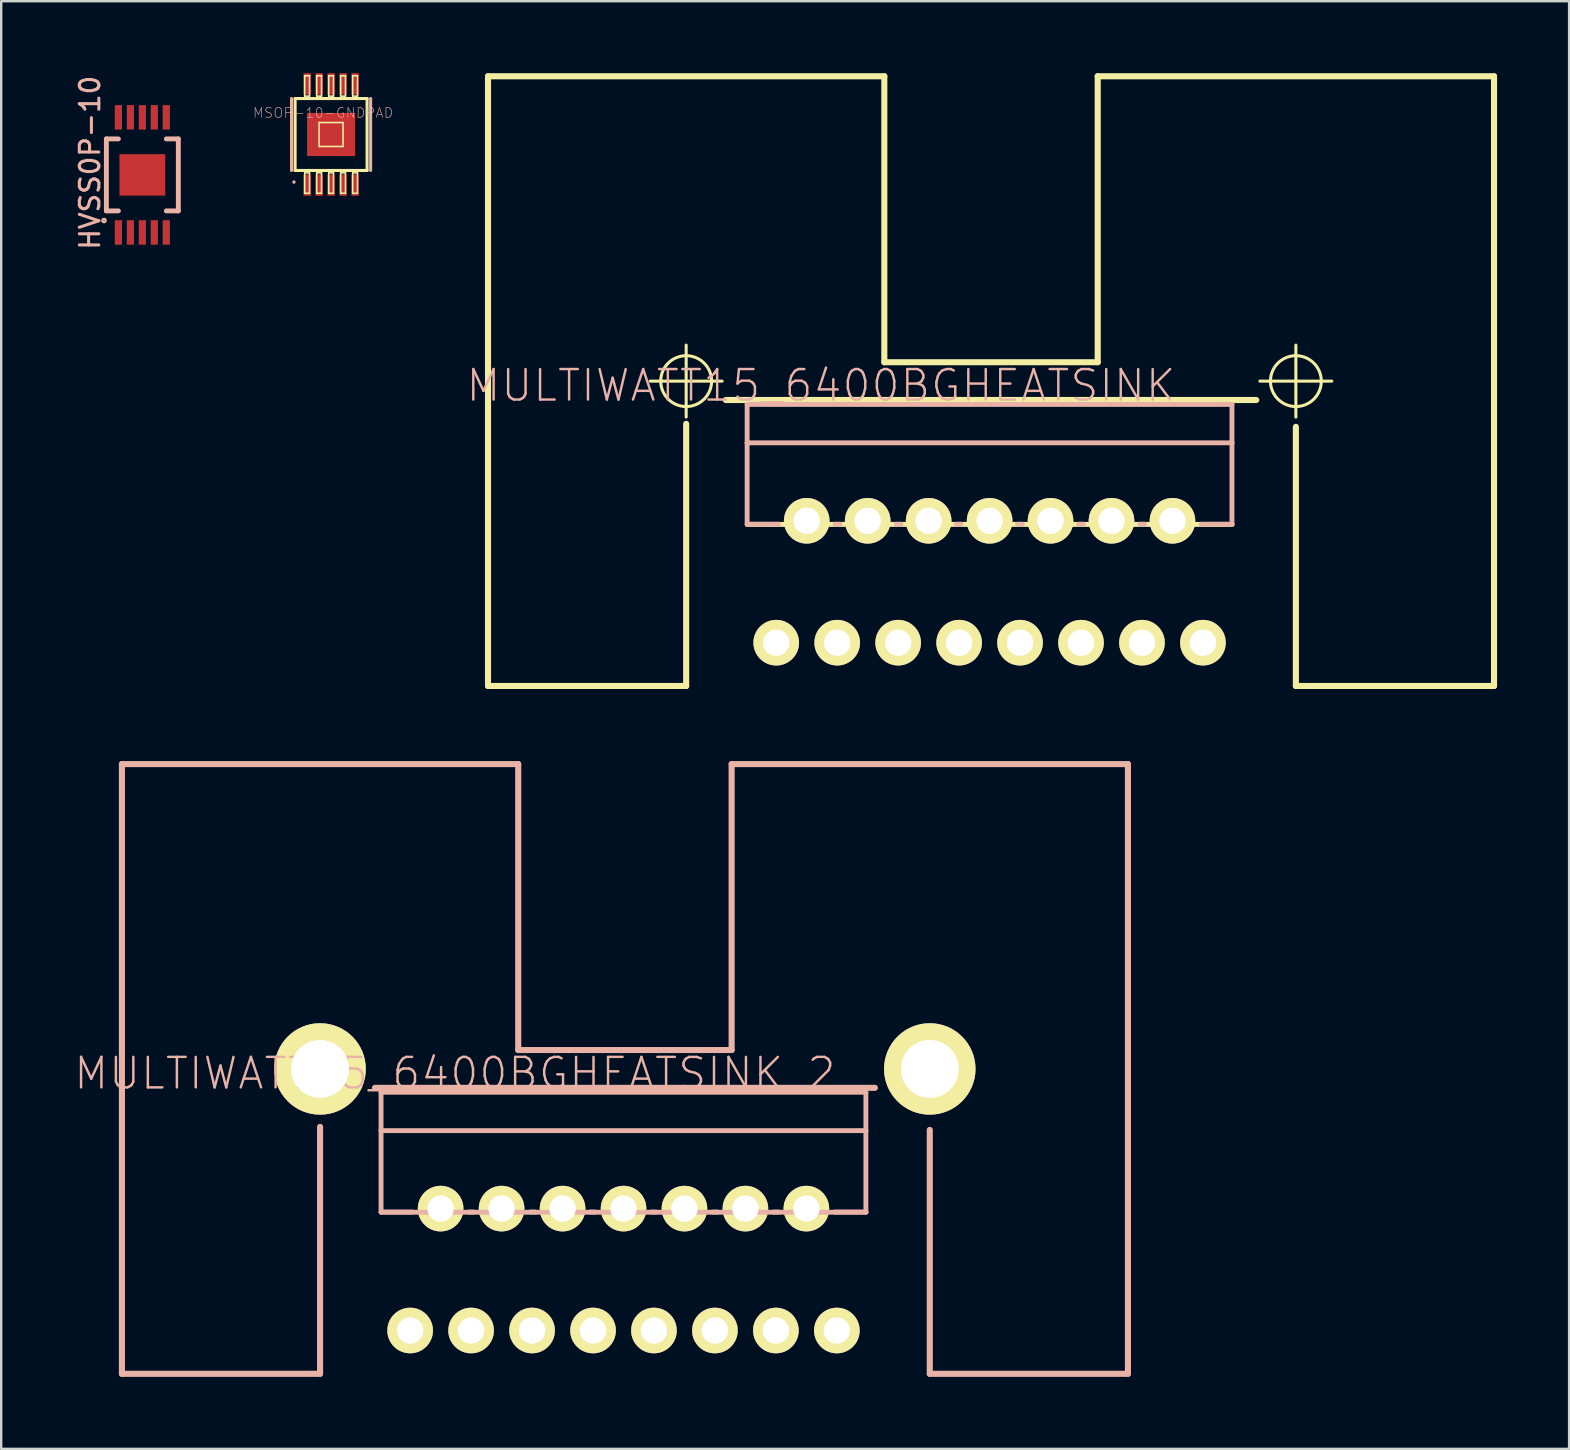
<source format=kicad_pcb>
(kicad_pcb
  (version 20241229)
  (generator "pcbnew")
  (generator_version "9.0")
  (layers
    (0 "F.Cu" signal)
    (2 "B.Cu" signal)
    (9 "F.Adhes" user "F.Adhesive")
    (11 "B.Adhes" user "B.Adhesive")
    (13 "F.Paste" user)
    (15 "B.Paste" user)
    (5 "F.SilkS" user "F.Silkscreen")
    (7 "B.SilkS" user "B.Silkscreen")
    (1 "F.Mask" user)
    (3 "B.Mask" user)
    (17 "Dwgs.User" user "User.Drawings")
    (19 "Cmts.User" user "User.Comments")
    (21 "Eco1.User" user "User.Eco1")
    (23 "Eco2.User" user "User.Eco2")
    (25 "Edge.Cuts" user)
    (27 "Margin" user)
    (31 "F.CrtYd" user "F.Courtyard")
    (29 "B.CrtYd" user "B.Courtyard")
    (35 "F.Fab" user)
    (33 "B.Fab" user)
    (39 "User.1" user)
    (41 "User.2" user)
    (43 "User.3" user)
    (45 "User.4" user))
  (footprint "MULTIWATT15_6400BGHEATSINK_2"
    (layer "F.Cu")
    (at 22.984 49.99)
    (property "Reference" "MULTIWATT15_6400BGHEATSINK_2" (at -7.084 -8.324 0) (layer "B.SilkS") (effects (font (size 1.27 1.27) (thickness 0.102))))
    (attr exclude_from_pos_files exclude_from_bom)
    (fp_line (start -20.955 -21.209) (end -4.445 -21.209) (stroke (width 0.254) (type solid)) (layer "B.SilkS"))
    (fp_line (start -20.955 4.191) (end -20.955 -21.209) (stroke (width 0.254) (type solid)) (layer "B.SilkS"))
    (fp_line (start -12.7 -6.096) (end -12.7 4.191) (stroke (width 0.254) (type solid)) (layer "B.SilkS"))
    (fp_line (start -12.7 4.191) (end -20.955 4.191) (stroke (width 0.254) (type solid)) (layer "B.SilkS"))
    (fp_line (start -10.414 -7.722) (end 10.414 -7.722) (stroke (width 0.254) (type solid)) (layer "B.SilkS"))
    (fp_line (start -10.16 -7.539) (end 10.038 -7.539) (stroke (width 0.203) (type solid)) (layer "B.SilkS"))
    (fp_line (start -10.16 -5.939) (end -10.16 -7.539) (stroke (width 0.203) (type solid)) (layer "B.SilkS"))
    (fp_line (start -10.16 -5.939) (end 10.038 -5.939) (stroke (width 0.203) (type solid)) (layer "B.SilkS"))
    (fp_line (start -10.16 -2.54) (end -10.16 -5.939) (stroke (width 0.203) (type solid)) (layer "B.SilkS"))
    (fp_line (start -10.15 -2.548) (end -8.849 -2.548) (stroke (width 0.203) (type solid)) (layer "B.SilkS"))
    (fp_line (start -6.5 -2.548) (end -6.299 -2.548) (stroke (width 0.203) (type solid)) (layer "B.SilkS"))
    (fp_line (start -4.445 -21.209) (end -4.445 -9.296) (stroke (width 0.254) (type solid)) (layer "B.SilkS"))
    (fp_line (start -4.445 -9.296) (end 4.445 -9.296) (stroke (width 0.254) (type solid)) (layer "B.SilkS"))
    (fp_line (start -3.95 -2.548) (end -3.749 -2.548) (stroke (width 0.203) (type solid)) (layer "B.SilkS"))
    (fp_line (start -1.448 -2.548) (end -1.25 -2.548) (stroke (width 0.203) (type solid)) (layer "B.SilkS"))
    (fp_line (start 1.1 -2.548) (end 1.298 -2.548) (stroke (width 0.203) (type solid)) (layer "B.SilkS"))
    (fp_line (start 3.65 -2.548) (end 3.848 -2.548) (stroke (width 0.203) (type solid)) (layer "B.SilkS"))
    (fp_line (start 4.445 -21.209) (end 20.955 -21.209) (stroke (width 0.254) (type solid)) (layer "B.SilkS"))
    (fp_line (start 4.445 -9.296) (end 4.445 -21.209) (stroke (width 0.254) (type solid)) (layer "B.SilkS"))
    (fp_line (start 6.198 -2.548) (end 6.398 -2.548) (stroke (width 0.203) (type solid)) (layer "B.SilkS"))
    (fp_line (start 10.038 -7.539) (end 10.038 -5.939) (stroke (width 0.203) (type solid)) (layer "B.SilkS"))
    (fp_line (start 10.038 -5.939) (end 10.038 -2.54) (stroke (width 0.203) (type solid)) (layer "B.SilkS"))
    (fp_line (start 10.038 -2.54) (end -10.16 -2.54) (stroke (width 0.203) (type solid)) (layer "B.SilkS"))
    (fp_line (start 10.048 -2.548) (end 8.748 -2.548) (stroke (width 0.203) (type solid)) (layer "B.SilkS"))
    (fp_line (start 12.7 -5.969) (end 12.7 4.191) (stroke (width 0.254) (type solid)) (layer "B.SilkS"))
    (fp_line (start 12.7 4.191) (end 20.955 4.191) (stroke (width 0.254) (type solid)) (layer "B.SilkS"))
    (fp_line (start 20.955 4.191) (end 20.955 -21.209) (stroke (width 0.254) (type solid)) (layer "B.SilkS"))
    (pad "1" thru_hole circle (at -8.948 2.388) (size 1.9 1.9) (drill 1.1) (layers "*.Cu" "F.Mask" "F.SilkS" "F.Paste"))
    (pad "2" thru_hole circle (at -7.678 -2.69) (size 1.9 1.9) (drill 1.1) (layers "*.Cu" "F.Mask" "F.SilkS" "F.Paste"))
    (pad "3" thru_hole circle (at -6.408 2.388) (size 1.9 1.9) (drill 1.1) (layers "*.Cu" "F.Mask" "F.SilkS" "F.Paste"))
    (pad "4" thru_hole circle (at -5.138 -2.69) (size 1.9 1.9) (drill 1.1) (layers "*.Cu" "F.Mask" "F.SilkS" "F.Paste"))
    (pad "5" thru_hole circle (at -3.868 2.388) (size 1.9 1.9) (drill 1.1) (layers "*.Cu" "F.Mask" "F.SilkS" "F.Paste"))
    (pad "6" thru_hole circle (at -2.598 -2.69) (size 1.9 1.9) (drill 1.1) (layers "*.Cu" "F.Mask" "F.SilkS" "F.Paste"))
    (pad "7" thru_hole circle (at -1.328 2.388) (size 1.9 1.9) (drill 1.1) (layers "*.Cu" "F.Mask" "F.SilkS" "F.Paste"))
    (pad "8" thru_hole circle (at -0.058 -2.69) (size 1.9 1.9) (drill 1.1) (layers "*.Cu" "F.Mask" "F.SilkS" "F.Paste"))
    (pad "9" thru_hole circle (at 1.209 2.388) (size 1.9 1.9) (drill 1.1) (layers "*.Cu" "F.Mask" "F.SilkS" "F.Paste"))
    (pad "10" thru_hole circle (at 2.479 -2.69) (size 1.9 1.9) (drill 1.1) (layers "*.Cu" "F.Mask" "F.SilkS" "F.Paste"))
    (pad "11" thru_hole circle (at 3.749 2.388) (size 1.9 1.9) (drill 1.1) (layers "*.Cu" "F.Mask" "F.SilkS" "F.Paste"))
    (pad "12" thru_hole circle (at 5.019 -2.69) (size 1.9 1.9) (drill 1.1) (layers "*.Cu" "F.Mask" "F.SilkS" "F.Paste"))
    (pad "13" thru_hole circle (at 6.289 2.388) (size 1.9 1.9) (drill 1.1) (layers "*.Cu" "F.Mask" "F.SilkS" "F.Paste"))
    (pad "14" thru_hole circle (at 7.559 -2.69) (size 1.9 1.9) (drill 1.1) (layers "*.Cu" "F.Mask" "F.SilkS" "F.Paste"))
    (pad "15" thru_hole circle (at 8.829 2.388) (size 1.9 1.9) (drill 1.1) (layers "*.Cu" "F.Mask" "F.SilkS" "F.Paste"))
    (pad "P$1" thru_hole circle (at -12.7 -8.509) (size 3.81 3.81) (drill 2.413) (layers "*.Cu" "F.Mask" "F.SilkS" "F.Paste"))
    (pad "P$2" thru_hole circle (at 12.7 -8.509) (size 3.81 3.81) (drill 2.413) (layers "*.Cu" "F.Mask" "F.SilkS" "F.Paste")))
  (footprint "MULTIWATT15_6400BGHEATSINK"
    (layer "F.Cu")
    (at 38.235 21.336)
    (property "Reference" "MULTIWATT15_6400BGHEATSINK" (at -7.084 -8.324 0) (layer "B.SilkS") (effects (font (size 1.27 1.27) (thickness 0.102))))
    (attr exclude_from_pos_files exclude_from_bom)
    (fp_line (start -20.955 -21.209) (end -4.445 -21.209) (stroke (width 0.254) (type solid)) (layer "F.SilkS"))
    (fp_line (start -20.955 4.191) (end -20.955 -21.209) (stroke (width 0.254) (type solid)) (layer "F.SilkS"))
    (fp_line (start -14.199 -8.509) (end -11.201 -8.509) (stroke (width 0.127) (type solid)) (layer "F.SilkS"))
    (fp_line (start -12.7 -7.01) (end -12.7 -10.008) (stroke (width 0.127) (type solid)) (layer "F.SilkS"))
    (fp_line (start -12.7 -6.731) (end -12.7 4.191) (stroke (width 0.254) (type solid)) (layer "F.SilkS"))
    (fp_line (start -12.7 4.191) (end -20.955 4.191) (stroke (width 0.254) (type solid)) (layer "F.SilkS"))
    (fp_line (start -11.049 -7.722) (end 11.049 -7.722) (stroke (width 0.254) (type solid)) (layer "F.SilkS"))
    (fp_line (start -4.445 -21.209) (end -4.445 -9.296) (stroke (width 0.254) (type solid)) (layer "F.SilkS"))
    (fp_line (start -4.445 -9.296) (end 4.445 -9.296) (stroke (width 0.254) (type solid)) (layer "F.SilkS"))
    (fp_line (start 4.445 -21.209) (end 20.955 -21.209) (stroke (width 0.254) (type solid)) (layer "F.SilkS"))
    (fp_line (start 4.445 -9.296) (end 4.445 -21.209) (stroke (width 0.254) (type solid)) (layer "F.SilkS"))
    (fp_line (start 10.038 -2.54) (end -10.16 -2.54) (stroke (width 0.203) (type solid)) (layer "F.SilkS"))
    (fp_line (start 11.201 -8.509) (end 14.199 -8.509) (stroke (width 0.127) (type solid)) (layer "F.SilkS"))
    (fp_line (start 12.7 -7.01) (end 12.7 -10.008) (stroke (width 0.127) (type solid)) (layer "F.SilkS"))
    (fp_line (start 12.7 -6.604) (end 12.7 4.191) (stroke (width 0.254) (type solid)) (layer "F.SilkS"))
    (fp_line (start 12.7 4.191) (end 20.955 4.191) (stroke (width 0.254) (type solid)) (layer "F.SilkS"))
    (fp_line (start 20.955 4.191) (end 20.955 -21.209) (stroke (width 0.254) (type solid)) (layer "F.SilkS"))
    (fp_circle (center -12.7 -8.509) (end -13.449 -9.258) (stroke (width 0.127) (type solid)) (fill no) (layer "F.SilkS"))
    (fp_circle (center 12.7 -8.509) (end 13.449 -9.258) (stroke (width 0.127) (type solid)) (fill no) (layer "F.SilkS"))
    (fp_line (start -10.16 -7.539) (end 10.038 -7.539) (stroke (width 0.203) (type solid)) (layer "B.SilkS"))
    (fp_line (start -10.16 -5.939) (end -10.16 -7.539) (stroke (width 0.203) (type solid)) (layer "B.SilkS"))
    (fp_line (start -10.16 -5.939) (end 10.038 -5.939) (stroke (width 0.203) (type solid)) (layer "B.SilkS"))
    (fp_line (start -10.16 -2.54) (end -10.16 -5.939) (stroke (width 0.203) (type solid)) (layer "B.SilkS"))
    (fp_line (start -10.15 -2.548) (end -8.849 -2.548) (stroke (width 0.203) (type solid)) (layer "B.SilkS"))
    (fp_line (start -6.5 -2.548) (end -6.299 -2.548) (stroke (width 0.203) (type solid)) (layer "B.SilkS"))
    (fp_line (start -3.95 -2.548) (end -3.749 -2.548) (stroke (width 0.203) (type solid)) (layer "B.SilkS"))
    (fp_line (start -1.448 -2.548) (end -1.25 -2.548) (stroke (width 0.203) (type solid)) (layer "B.SilkS"))
    (fp_line (start 1.1 -2.548) (end 1.298 -2.548) (stroke (width 0.203) (type solid)) (layer "B.SilkS"))
    (fp_line (start 3.65 -2.548) (end 3.848 -2.548) (stroke (width 0.203) (type solid)) (layer "B.SilkS"))
    (fp_line (start 6.198 -2.548) (end 6.398 -2.548) (stroke (width 0.203) (type solid)) (layer "B.SilkS"))
    (fp_line (start 10.038 -7.539) (end 10.038 -5.939) (stroke (width 0.203) (type solid)) (layer "B.SilkS"))
    (fp_line (start 10.038 -5.939) (end 10.038 -2.54) (stroke (width 0.203) (type solid)) (layer "B.SilkS"))
    (fp_line (start 10.048 -2.548) (end 8.748 -2.548) (stroke (width 0.203) (type solid)) (layer "B.SilkS"))
    (pad "1" thru_hole circle (at -8.948 2.388) (size 1.9 1.9) (drill 1.1) (layers "*.Cu" "F.Mask" "F.SilkS" "F.Paste"))
    (pad "2" thru_hole circle (at -7.678 -2.69) (size 1.9 1.9) (drill 1.1) (layers "*.Cu" "F.Mask" "F.SilkS" "F.Paste"))
    (pad "3" thru_hole circle (at -6.408 2.388) (size 1.9 1.9) (drill 1.1) (layers "*.Cu" "F.Mask" "F.SilkS" "F.Paste"))
    (pad "4" thru_hole circle (at -5.138 -2.69) (size 1.9 1.9) (drill 1.1) (layers "*.Cu" "F.Mask" "F.SilkS" "F.Paste"))
    (pad "5" thru_hole circle (at -3.868 2.388) (size 1.9 1.9) (drill 1.1) (layers "*.Cu" "F.Mask" "F.SilkS" "F.Paste"))
    (pad "6" thru_hole circle (at -2.598 -2.69) (size 1.9 1.9) (drill 1.1) (layers "*.Cu" "F.Mask" "F.SilkS" "F.Paste"))
    (pad "7" thru_hole circle (at -1.328 2.388) (size 1.9 1.9) (drill 1.1) (layers "*.Cu" "F.Mask" "F.SilkS" "F.Paste"))
    (pad "8" thru_hole circle (at -0.058 -2.69) (size 1.9 1.9) (drill 1.1) (layers "*.Cu" "F.Mask" "F.SilkS" "F.Paste"))
    (pad "9" thru_hole circle (at 1.209 2.388) (size 1.9 1.9) (drill 1.1) (layers "*.Cu" "F.Mask" "F.SilkS" "F.Paste"))
    (pad "10" thru_hole circle (at 2.479 -2.69) (size 1.9 1.9) (drill 1.1) (layers "*.Cu" "F.Mask" "F.SilkS" "F.Paste"))
    (pad "11" thru_hole circle (at 3.749 2.388) (size 1.9 1.9) (drill 1.1) (layers "*.Cu" "F.Mask" "F.SilkS" "F.Paste"))
    (pad "12" thru_hole circle (at 5.019 -2.69) (size 1.9 1.9) (drill 1.1) (layers "*.Cu" "F.Mask" "F.SilkS" "F.Paste"))
    (pad "13" thru_hole circle (at 6.289 2.388) (size 1.9 1.9) (drill 1.1) (layers "*.Cu" "F.Mask" "F.SilkS" "F.Paste"))
    (pad "14" thru_hole circle (at 7.559 -2.69) (size 1.9 1.9) (drill 1.1) (layers "*.Cu" "F.Mask" "F.SilkS" "F.Paste"))
    (pad "15" thru_hole circle (at 8.829 2.388) (size 1.9 1.9) (drill 1.1) (layers "*.Cu" "F.Mask" "F.SilkS" "F.Paste")))
  (footprint "MSOP-10-GNDPAD"
    (layer "F.Cu")
    (at 10.743 2.553)
    (property "Reference" "MSOP-10-GNDPAD" (at -0.333 -0.902 0) (layer "B.SilkS") (effects (font (size 0.406 0.406) (thickness 0.025))))
    (attr smd)
    (fp_line (start -1.499 -1.499) (end -1.499 1.499) (stroke (width 0.127) (type solid)) (layer "F.SilkS"))
    (fp_line (start -1.499 1.499) (end 1.499 1.499) (stroke (width 0.127) (type solid)) (layer "F.SilkS"))
    (fp_line (start -1.1 -2.449) (end -0.899 -2.449) (stroke (width 0.066) (type solid)) (layer "F.SilkS"))
    (fp_line (start -1.1 -1.598) (end -1.1 -2.449) (stroke (width 0.066) (type solid)) (layer "F.SilkS"))
    (fp_line (start -1.1 -1.598) (end -0.899 -1.598) (stroke (width 0.066) (type solid)) (layer "F.SilkS"))
    (fp_line (start -1.1 1.598) (end -0.899 1.598) (stroke (width 0.066) (type solid)) (layer "F.SilkS"))
    (fp_line (start -1.1 2.449) (end -1.1 1.598) (stroke (width 0.066) (type solid)) (layer "F.SilkS"))
    (fp_line (start -1.1 2.449) (end -0.899 2.449) (stroke (width 0.066) (type solid)) (layer "F.SilkS"))
    (fp_line (start -0.899 -1.598) (end -0.899 -2.449) (stroke (width 0.066) (type solid)) (layer "F.SilkS"))
    (fp_line (start -0.899 2.449) (end -0.899 1.598) (stroke (width 0.066) (type solid)) (layer "F.SilkS"))
    (fp_line (start -0.599 -2.449) (end -0.399 -2.449) (stroke (width 0.066) (type solid)) (layer "F.SilkS"))
    (fp_line (start -0.599 -1.598) (end -0.599 -2.449) (stroke (width 0.066) (type solid)) (layer "F.SilkS"))
    (fp_line (start -0.599 -1.598) (end -0.399 -1.598) (stroke (width 0.066) (type solid)) (layer "F.SilkS"))
    (fp_line (start -0.599 1.598) (end -0.399 1.598) (stroke (width 0.066) (type solid)) (layer "F.SilkS"))
    (fp_line (start -0.599 2.449) (end -0.599 1.598) (stroke (width 0.066) (type solid)) (layer "F.SilkS"))
    (fp_line (start -0.599 2.449) (end -0.399 2.449) (stroke (width 0.066) (type solid)) (layer "F.SilkS"))
    (fp_line (start -0.498 -0.498) (end 0.498 -0.498) (stroke (width 0.066) (type solid)) (layer "F.SilkS"))
    (fp_line (start -0.498 0.498) (end -0.498 -0.498) (stroke (width 0.066) (type solid)) (layer "F.SilkS"))
    (fp_line (start -0.498 0.498) (end 0.498 0.498) (stroke (width 0.066) (type solid)) (layer "F.SilkS"))
    (fp_line (start -0.399 -1.598) (end -0.399 -2.449) (stroke (width 0.066) (type solid)) (layer "F.SilkS"))
    (fp_line (start -0.399 2.449) (end -0.399 1.598) (stroke (width 0.066) (type solid)) (layer "F.SilkS"))
    (fp_line (start -0.099 -2.449) (end 0.099 -2.449) (stroke (width 0.066) (type solid)) (layer "F.SilkS"))
    (fp_line (start -0.099 -1.598) (end -0.099 -2.449) (stroke (width 0.066) (type solid)) (layer "F.SilkS"))
    (fp_line (start -0.099 -1.598) (end 0.099 -1.598) (stroke (width 0.066) (type solid)) (layer "F.SilkS"))
    (fp_line (start -0.099 1.598) (end 0.099 1.598) (stroke (width 0.066) (type solid)) (layer "F.SilkS"))
    (fp_line (start -0.099 2.449) (end -0.099 1.598) (stroke (width 0.066) (type solid)) (layer "F.SilkS"))
    (fp_line (start -0.099 2.449) (end 0.099 2.449) (stroke (width 0.066) (type solid)) (layer "F.SilkS"))
    (fp_line (start 0.099 -1.598) (end 0.099 -2.449) (stroke (width 0.066) (type solid)) (layer "F.SilkS"))
    (fp_line (start 0.099 2.449) (end 0.099 1.598) (stroke (width 0.066) (type solid)) (layer "F.SilkS"))
    (fp_line (start 0.399 -2.449) (end 0.599 -2.449) (stroke (width 0.066) (type solid)) (layer "F.SilkS"))
    (fp_line (start 0.399 -1.598) (end 0.399 -2.449) (stroke (width 0.066) (type solid)) (layer "F.SilkS"))
    (fp_line (start 0.399 -1.598) (end 0.599 -1.598) (stroke (width 0.066) (type solid)) (layer "F.SilkS"))
    (fp_line (start 0.399 1.598) (end 0.599 1.598) (stroke (width 0.066) (type solid)) (layer "F.SilkS"))
    (fp_line (start 0.399 2.449) (end 0.399 1.598) (stroke (width 0.066) (type solid)) (layer "F.SilkS"))
    (fp_line (start 0.399 2.449) (end 0.599 2.449) (stroke (width 0.066) (type solid)) (layer "F.SilkS"))
    (fp_line (start 0.498 0.498) (end 0.498 -0.498) (stroke (width 0.066) (type solid)) (layer "F.SilkS"))
    (fp_line (start 0.599 -1.598) (end 0.599 -2.449) (stroke (width 0.066) (type solid)) (layer "F.SilkS"))
    (fp_line (start 0.599 2.449) (end 0.599 1.598) (stroke (width 0.066) (type solid)) (layer "F.SilkS"))
    (fp_line (start 0.899 -2.449) (end 1.1 -2.449) (stroke (width 0.066) (type solid)) (layer "F.SilkS"))
    (fp_line (start 0.899 -1.598) (end 0.899 -2.449) (stroke (width 0.066) (type solid)) (layer "F.SilkS"))
    (fp_line (start 0.899 -1.598) (end 1.1 -1.598) (stroke (width 0.066) (type solid)) (layer "F.SilkS"))
    (fp_line (start 0.899 1.598) (end 1.1 1.598) (stroke (width 0.066) (type solid)) (layer "F.SilkS"))
    (fp_line (start 0.899 2.449) (end 0.899 1.598) (stroke (width 0.066) (type solid)) (layer "F.SilkS"))
    (fp_line (start 0.899 2.449) (end 1.1 2.449) (stroke (width 0.066) (type solid)) (layer "F.SilkS"))
    (fp_line (start 1.1 -1.598) (end 1.1 -2.449) (stroke (width 0.066) (type solid)) (layer "F.SilkS"))
    (fp_line (start 1.1 2.449) (end 1.1 1.598) (stroke (width 0.066) (type solid)) (layer "F.SilkS"))
    (fp_line (start 1.499 -1.499) (end -1.499 -1.499) (stroke (width 0.127) (type solid)) (layer "F.SilkS"))
    (fp_line (start 1.499 1.499) (end 1.499 -1.499) (stroke (width 0.127) (type solid)) (layer "F.SilkS"))
    (fp_line (start -1.648 -1.499) (end -1.648 1.499) (stroke (width 0.127) (type solid)) (layer "B.SilkS"))
    (fp_line (start 1.648 -1.499) (end 1.648 1.499) (stroke (width 0.127) (type solid)) (layer "B.SilkS"))
    (fp_circle (center -1.549 1.981) (end -1.577 2.009) (stroke (width 0.064) (type solid)) (fill no) (layer "B.SilkS"))
    (pad "1" smd rect (at -0.998 2.108) (size 0.305 0.889) (layers "F.Cu" "F.Mask" "F.Paste"))
    (pad "2" smd rect (at -0.498 2.108) (size 0.305 0.889) (layers "F.Cu" "F.Mask" "F.Paste"))
    (pad "3" smd rect (at 0 2.108) (size 0.305 0.889) (layers "F.Cu" "F.Mask" "F.Paste"))
    (pad "4" smd rect (at 0.498 2.108) (size 0.305 0.889) (layers "F.Cu" "F.Mask" "F.Paste"))
    (pad "5" smd rect (at 0.998 2.108) (size 0.305 0.889) (layers "F.Cu" "F.Mask" "F.Paste"))
    (pad "6" smd rect (at 0.998 -2.108) (size 0.305 0.889) (layers "F.Cu" "F.Mask" "F.Paste"))
    (pad "7" smd rect (at 0.498 -2.108) (size 0.305 0.889) (layers "F.Cu" "F.Mask" "F.Paste"))
    (pad "8" smd rect (at 0 -2.108) (size 0.305 0.889) (layers "F.Cu" "F.Mask" "F.Paste"))
    (pad "9" smd rect (at -0.498 -2.108) (size 0.305 0.889) (layers "F.Cu" "F.Mask" "F.Paste"))
    (pad "10" smd rect (at -0.998 -2.108) (size 0.305 0.889) (layers "F.Cu" "F.Mask" "F.Paste"))
    (pad "GND" smd rect (at 0 0 180) (size 1.999 1.798) (layers "F.Cu" "F.Mask" "F.Paste")))
  (footprint "HVSS0P-10"
    (layer "F.Cu")
    (at 2.88 4.236)
    (property "Reference" "HVSS0P-10" (at -2.182 -0.508 90) (layer "B.SilkS") (effects (font (size 0.813 0.813) (thickness 0.127))))
    (attr smd)
    (fp_line (start -1.499 -1.499) (end -0.998 -1.499) (stroke (width 0.203) (type solid)) (layer "B.SilkS"))
    (fp_line (start -1.499 1.499) (end -1.499 -1.499) (stroke (width 0.203) (type solid)) (layer "B.SilkS"))
    (fp_line (start -1.499 1.499) (end -0.998 1.499) (stroke (width 0.203) (type solid)) (layer "B.SilkS"))
    (fp_line (start 1.499 -1.499) (end 0.998 -1.499) (stroke (width 0.203) (type solid)) (layer "B.SilkS"))
    (fp_line (start 1.499 -1.499) (end 1.499 1.499) (stroke (width 0.203) (type solid)) (layer "B.SilkS"))
    (fp_line (start 1.499 1.499) (end 0.998 1.499) (stroke (width 0.203) (type solid)) (layer "B.SilkS"))
    (fp_circle (center -1.598 1.9) (end -1.646 1.948) (stroke (width 0.102) (type solid)) (fill no) (layer "B.SilkS"))
    (pad "1" smd rect (at -0.998 2.398 90) (size 1.019 0.3) (layers "F.Cu" "F.Mask" "F.Paste"))
    (pad "2" smd rect (at -0.498 2.398 90) (size 1.019 0.3) (layers "F.Cu" "F.Mask" "F.Paste"))
    (pad "3" smd rect (at 0 2.398 90) (size 1.019 0.3) (layers "F.Cu" "F.Mask" "F.Paste"))
    (pad "4" smd rect (at 0.498 2.398 90) (size 1.019 0.3) (layers "F.Cu" "F.Mask" "F.Paste"))
    (pad "5" smd rect (at 0.998 2.398 90) (size 1.019 0.3) (layers "F.Cu" "F.Mask" "F.Paste"))
    (pad "6" smd rect (at 0.998 -2.398 90) (size 1.019 0.3) (layers "F.Cu" "F.Mask" "F.Paste"))
    (pad "7" smd rect (at 0.498 -2.398 90) (size 1.019 0.3) (layers "F.Cu" "F.Mask" "F.Paste"))
    (pad "8" smd rect (at 0 -2.398 90) (size 1.019 0.3) (layers "F.Cu" "F.Mask" "F.Paste"))
    (pad "9" smd rect (at -0.498 -2.398 90) (size 1.019 0.3) (layers "F.Cu" "F.Mask" "F.Paste"))
    (pad "10" smd rect (at -0.998 -2.398 90) (size 1.019 0.3) (layers "F.Cu" "F.Mask" "F.Paste"))
    (pad "PAD" smd rect (at 0 0) (size 1.905 1.727) (layers "F.Cu" "F.Mask" "F.Paste")))
  (gr_rect
    (start -3 -3)
    (end 62.317 57.308)
    (stroke (width 0.1) (type default))
    (fill no)
    (layer "Edge.Cuts")))
</source>
